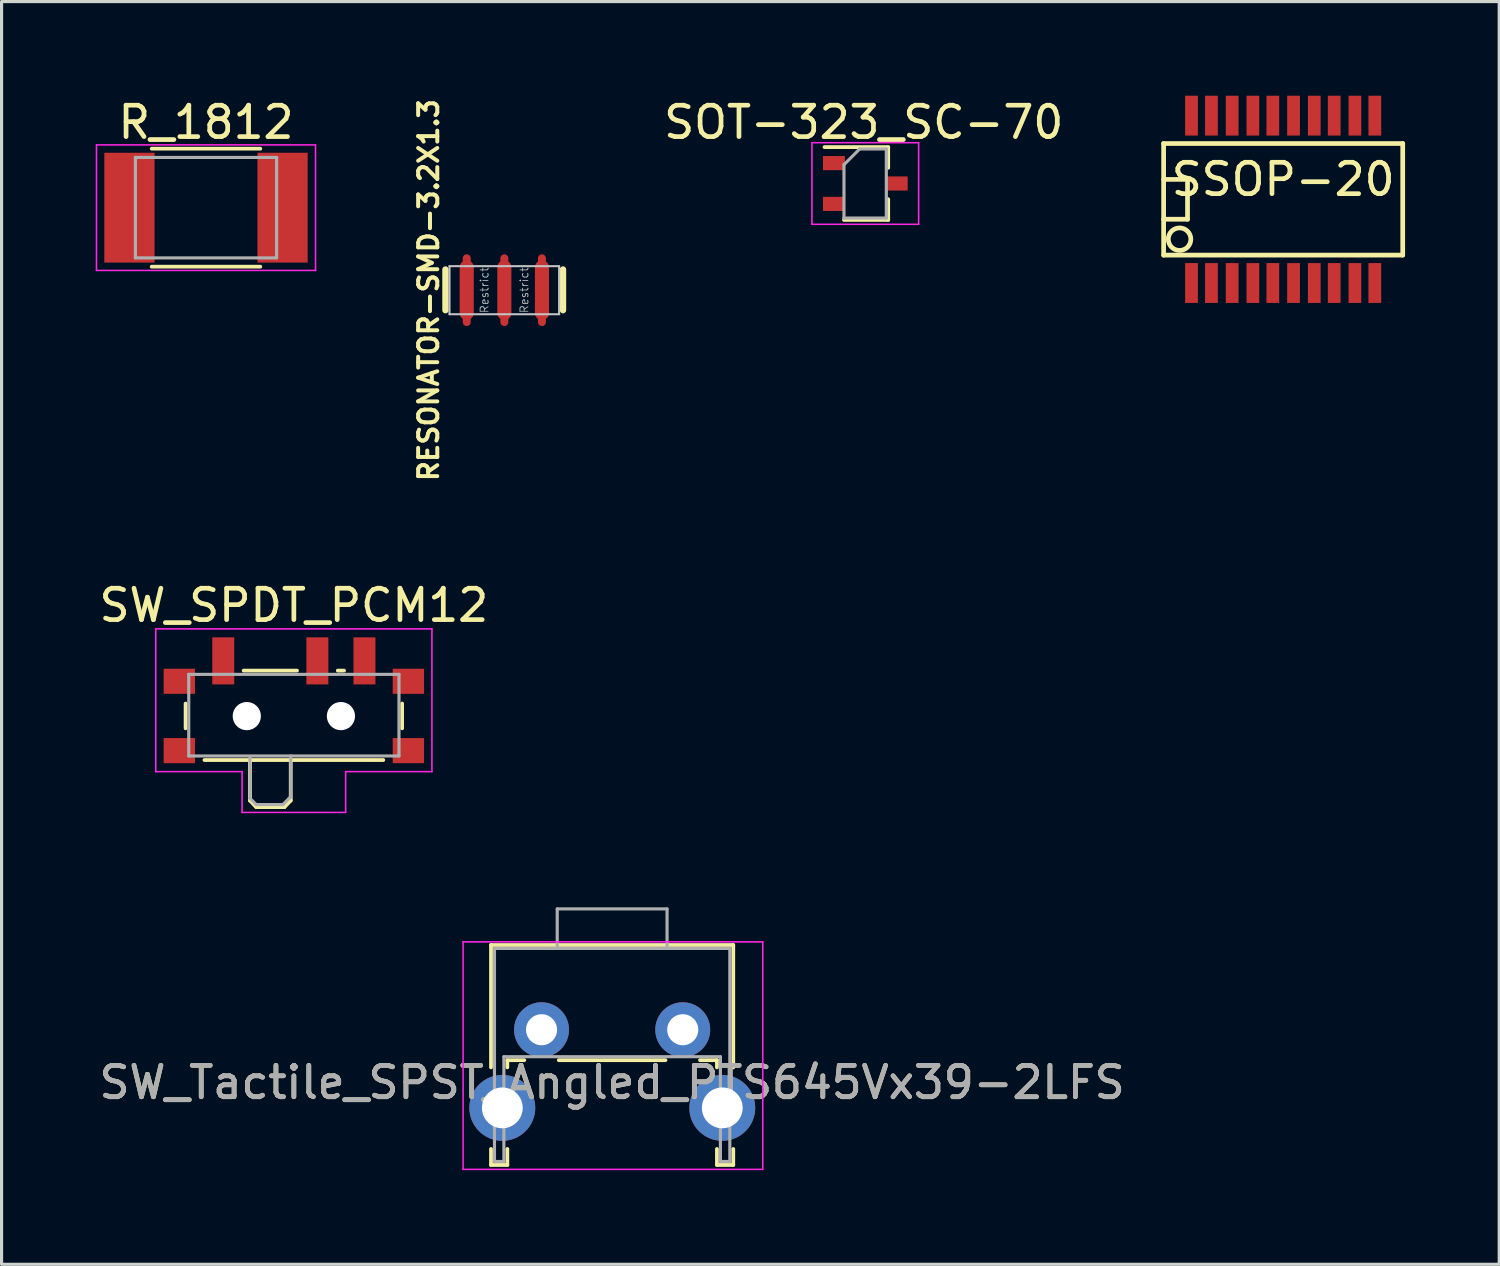
<source format=kicad_pcb>
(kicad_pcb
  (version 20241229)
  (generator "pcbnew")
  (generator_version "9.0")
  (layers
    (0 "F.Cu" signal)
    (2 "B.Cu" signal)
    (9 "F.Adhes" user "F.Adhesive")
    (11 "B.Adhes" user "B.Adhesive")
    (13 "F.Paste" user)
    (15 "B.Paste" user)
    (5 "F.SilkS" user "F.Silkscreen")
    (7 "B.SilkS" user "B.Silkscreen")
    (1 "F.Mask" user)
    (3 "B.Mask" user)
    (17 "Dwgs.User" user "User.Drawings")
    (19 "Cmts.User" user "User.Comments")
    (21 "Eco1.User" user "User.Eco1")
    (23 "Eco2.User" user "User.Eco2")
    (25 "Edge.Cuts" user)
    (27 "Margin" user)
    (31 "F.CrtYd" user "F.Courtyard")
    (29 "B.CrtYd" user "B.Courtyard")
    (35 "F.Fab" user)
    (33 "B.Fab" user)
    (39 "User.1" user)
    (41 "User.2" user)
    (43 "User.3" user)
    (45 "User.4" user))
  (footprint "SSOP-20"
    (layer "F.Cu")
    (at 37.843 3.302)
    (property "Reference" "SSOP-20" (at 0 -0.635 0) (layer "F.SilkS") (effects (font (size 1 1) (thickness 0.15))))
    (attr smd)
    (fp_line (start -3.81 -0.635) (end -3.048 -0.635) (stroke (width 0.15) (type solid)) (layer "F.SilkS"))
    (fp_line (start -3.81 1.778) (end -3.81 -1.778) (stroke (width 0.15) (type solid)) (layer "F.SilkS"))
    (fp_line (start -3.81 1.778) (end 3.81 1.778) (stroke (width 0.15) (type solid)) (layer "F.SilkS"))
    (fp_line (start -3.048 -0.635) (end -3.048 0.635) (stroke (width 0.15) (type solid)) (layer "F.SilkS"))
    (fp_line (start -3.048 0.635) (end -3.81 0.635) (stroke (width 0.15) (type solid)) (layer "F.SilkS"))
    (fp_line (start 3.81 -1.778) (end -3.81 -1.778) (stroke (width 0.15) (type solid)) (layer "F.SilkS"))
    (fp_line (start 3.81 -1.778) (end 3.81 1.778) (stroke (width 0.15) (type solid)) (layer "F.SilkS"))
    (fp_circle (center -3.302 1.27) (end -3.556 1.016) (stroke (width 0.15) (type solid)) (fill no) (layer "F.SilkS"))
    (pad "1" smd rect (at -2.921 2.667) (size 0.406 1.27) (layers "F.Cu" "F.Mask" "F.Paste"))
    (pad "2" smd rect (at -2.286 2.667) (size 0.406 1.27) (layers "F.Cu" "F.Mask" "F.Paste"))
    (pad "3" smd rect (at -1.626 2.667) (size 0.406 1.27) (layers "F.Cu" "F.Mask" "F.Paste"))
    (pad "4" smd rect (at -0.965 2.667) (size 0.406 1.27) (layers "F.Cu" "F.Mask" "F.Paste"))
    (pad "5" smd rect (at -0.33 2.667) (size 0.406 1.27) (layers "F.Cu" "F.Mask" "F.Paste"))
    (pad "6" smd rect (at 0.33 2.667) (size 0.406 1.27) (layers "F.Cu" "F.Mask" "F.Paste"))
    (pad "7" smd rect (at 0.991 2.667) (size 0.406 1.27) (layers "F.Cu" "F.Mask" "F.Paste"))
    (pad "8" smd rect (at 1.626 2.667) (size 0.406 1.27) (layers "F.Cu" "F.Mask" "F.Paste"))
    (pad "9" smd rect (at 2.286 2.667) (size 0.406 1.27) (layers "F.Cu" "F.Mask" "F.Paste"))
    (pad "10" smd rect (at 2.921 2.667) (size 0.406 1.27) (layers "F.Cu" "F.Mask" "F.Paste"))
    (pad "11" smd rect (at 2.921 -2.667) (size 0.406 1.27) (layers "F.Cu" "F.Mask" "F.Paste"))
    (pad "12" smd rect (at 2.286 -2.667) (size 0.406 1.27) (layers "F.Cu" "F.Mask" "F.Paste"))
    (pad "13" smd rect (at 1.626 -2.667) (size 0.406 1.27) (layers "F.Cu" "F.Mask" "F.Paste"))
    (pad "14" smd rect (at 0.991 -2.667) (size 0.406 1.27) (layers "F.Cu" "F.Mask" "F.Paste"))
    (pad "15" smd rect (at 0.33 -2.667) (size 0.406 1.27) (layers "F.Cu" "F.Mask" "F.Paste"))
    (pad "16" smd rect (at -0.33 -2.667) (size 0.406 1.27) (layers "F.Cu" "F.Mask" "F.Paste"))
    (pad "17" smd rect (at -0.965 -2.667) (size 0.406 1.27) (layers "F.Cu" "F.Mask" "F.Paste"))
    (pad "18" smd rect (at -1.626 -2.667) (size 0.406 1.27) (layers "F.Cu" "F.Mask" "F.Paste"))
    (pad "19" smd rect (at -2.286 -2.667) (size 0.406 1.27) (layers "F.Cu" "F.Mask" "F.Paste"))
    (pad "20" smd rect (at -2.921 -2.667) (size 0.406 1.27) (layers "F.Cu" "F.Mask" "F.Paste")))
  (footprint "R_1812"
    (layer "F.Cu")
    (at 3.515 3.568)
    (property "Reference" "R_1812" (at 0 -2.72 0) (layer "F.SilkS") (effects (font (size 1 1) (thickness 0.15))))
    (attr smd)
    (fp_line (start -1.73 -1.88) (end 1.73 -1.88) (stroke (width 0.12) (type solid)) (layer "F.SilkS"))
    (fp_line (start -1.73 1.88) (end 1.73 1.88) (stroke (width 0.12) (type solid)) (layer "F.SilkS"))
    (fp_line (start -3.49 -2) (end -3.49 2) (stroke (width 0.05) (type solid)) (layer "F.CrtYd"))
    (fp_line (start -3.49 -2) (end 3.49 -2) (stroke (width 0.05) (type solid)) (layer "F.CrtYd"))
    (fp_line (start 3.49 2) (end -3.49 2) (stroke (width 0.05) (type solid)) (layer "F.CrtYd"))
    (fp_line (start 3.49 2) (end 3.49 -2) (stroke (width 0.05) (type solid)) (layer "F.CrtYd"))
    (fp_line (start -2.25 -1.6) (end 2.25 -1.6) (stroke (width 0.1) (type solid)) (layer "F.Fab"))
    (fp_line (start -2.25 1.6) (end -2.25 -1.6) (stroke (width 0.1) (type solid)) (layer "F.Fab"))
    (fp_line (start 2.25 -1.6) (end 2.25 1.6) (stroke (width 0.1) (type solid)) (layer "F.Fab"))
    (fp_line (start 2.25 1.6) (end -2.25 1.6) (stroke (width 0.1) (type solid)) (layer "F.Fab"))
    (pad "1" smd rect (at -2.44 0) (size 1.6 3.5) (layers "F.Cu" "F.Mask" "F.Paste"))
    (pad "2" smd rect (at 2.44 0) (size 1.6 3.5) (layers "F.Cu" "F.Mask" "F.Paste")))
  (footprint "SW_Tactile_SPST_Angled_PTS645Vx39-2LFS"
    (layer "F.Cu")
    (at 14.208 29.766)
    (property "Reference" "SW_Tactile_SPST_Angled_PTS645Vx39-2LFS" (at 2.25 1.68 0) (layer "F.SilkS") (effects (font (size 1 1) (thickness 0.15))))
    (attr through_hole)
    (fp_line (start -1.61 -2.7) (end -1.61 1.2) (stroke (width 0.12) (type solid)) (layer "F.SilkS"))
    (fp_line (start -1.61 -2.7) (end 6.11 -2.7) (stroke (width 0.12) (type solid)) (layer "F.SilkS"))
    (fp_line (start -1.61 3.8) (end -1.61 4.31) (stroke (width 0.12) (type solid)) (layer "F.SilkS"))
    (fp_line (start -1.61 4.31) (end -1.09 4.31) (stroke (width 0.12) (type solid)) (layer "F.SilkS"))
    (fp_line (start -1.09 0.97) (end -1.09 1.2) (stroke (width 0.12) (type solid)) (layer "F.SilkS"))
    (fp_line (start -1.09 0.97) (end -0.55 0.97) (stroke (width 0.12) (type solid)) (layer "F.SilkS"))
    (fp_line (start -1.09 3.8) (end -1.09 4.31) (stroke (width 0.12) (type solid)) (layer "F.SilkS"))
    (fp_line (start 0.55 0.97) (end 3.95 0.97) (stroke (width 0.12) (type solid)) (layer "F.SilkS"))
    (fp_line (start 5.05 0.97) (end 5.59 0.97) (stroke (width 0.12) (type solid)) (layer "F.SilkS"))
    (fp_line (start 5.59 0.97) (end 5.59 1.2) (stroke (width 0.12) (type solid)) (layer "F.SilkS"))
    (fp_line (start 5.59 3.8) (end 5.59 4.31) (stroke (width 0.12) (type solid)) (layer "F.SilkS"))
    (fp_line (start 5.59 4.31) (end 6.11 4.31) (stroke (width 0.12) (type solid)) (layer "F.SilkS"))
    (fp_line (start 6.11 -2.7) (end 6.11 1.2) (stroke (width 0.12) (type solid)) (layer "F.SilkS"))
    (fp_line (start 6.11 3.8) (end 6.11 4.31) (stroke (width 0.12) (type solid)) (layer "F.SilkS"))
    (fp_line (start -2.5 -2.8) (end 7.05 -2.8) (stroke (width 0.05) (type solid)) (layer "F.CrtYd"))
    (fp_line (start -2.5 4.45) (end -2.5 -2.8) (stroke (width 0.05) (type solid)) (layer "F.CrtYd"))
    (fp_line (start 7.05 -2.8) (end 7.05 4.45) (stroke (width 0.05) (type solid)) (layer "F.CrtYd"))
    (fp_line (start 7.05 4.45) (end -2.5 4.45) (stroke (width 0.05) (type solid)) (layer "F.CrtYd"))
    (fp_line (start -1.5 -2.59) (end 6 -2.59) (stroke (width 0.1) (type solid)) (layer "F.Fab"))
    (fp_line (start -1.5 4.2) (end -1.5 -2.59) (stroke (width 0.1) (type solid)) (layer "F.Fab"))
    (fp_line (start -1.5 4.2) (end -1.2 4.2) (stroke (width 0.1) (type solid)) (layer "F.Fab"))
    (fp_line (start -1.2 0.86) (end 5.7 0.86) (stroke (width 0.1) (type solid)) (layer "F.Fab"))
    (fp_line (start -1.2 4.2) (end -1.2 0.86) (stroke (width 0.1) (type solid)) (layer "F.Fab"))
    (fp_line (start 0.5 -3.85) (end 0.5 -2.59) (stroke (width 0.1) (type solid)) (layer "F.Fab"))
    (fp_line (start 0.5 -3.85) (end 4 -3.85) (stroke (width 0.1) (type solid)) (layer "F.Fab"))
    (fp_line (start 4 -3.85) (end 4 -2.59) (stroke (width 0.1) (type solid)) (layer "F.Fab"))
    (fp_line (start 5.7 4.2) (end 5.7 0.86) (stroke (width 0.1) (type solid)) (layer "F.Fab"))
    (fp_line (start 5.7 4.2) (end 6 4.2) (stroke (width 0.1) (type solid)) (layer "F.Fab"))
    (fp_line (start 6 4.2) (end 6 -2.59) (stroke (width 0.1) (type solid)) (layer "F.Fab"))
    (fp_text user "${REFERENCE}" (at 2.25 1.68 0) (layer "F.Fab") (effects (font (size 1 1) (thickness 0.15))))
    (pad "" thru_hole circle (at -1.25 2.49) (size 2.1 2.1) (drill 1.3) (layers "*.Cu" "*.Mask"))
    (pad "" thru_hole circle (at 5.76 2.49) (size 2.1 2.1) (drill 1.3) (layers "*.Cu" "*.Mask"))
    (pad "1" thru_hole circle (at 0 0) (size 1.75 1.75) (drill 0.99) (layers "*.Cu" "*.Mask"))
    (pad "2" thru_hole circle (at 4.5 0) (size 1.75 1.75) (drill 0.99) (layers "*.Cu" "*.Mask")))
  (footprint "SOT-323_SC-70"
    (layer "F.Cu")
    (at 24.526 2.798)
    (property "Reference" "SOT-323_SC-70" (at -0.05 -1.95 0) (layer "F.SilkS") (effects (font (size 1 1) (thickness 0.15))))
    (attr smd)
    (fp_line (start -0.68 1.16) (end 0.73 1.16) (stroke (width 0.12) (type solid)) (layer "F.SilkS"))
    (fp_line (start 0.73 -1.16) (end -1.3 -1.16) (stroke (width 0.12) (type solid)) (layer "F.SilkS"))
    (fp_line (start 0.73 -1.16) (end 0.73 -0.5) (stroke (width 0.12) (type solid)) (layer "F.SilkS"))
    (fp_line (start 0.73 0.5) (end 0.73 1.16) (stroke (width 0.12) (type solid)) (layer "F.SilkS"))
    (fp_line (start -1.7 -1.3) (end 1.7 -1.3) (stroke (width 0.05) (type solid)) (layer "F.CrtYd"))
    (fp_line (start -1.7 1.3) (end -1.7 -1.3) (stroke (width 0.05) (type solid)) (layer "F.CrtYd"))
    (fp_line (start 1.7 -1.3) (end 1.7 1.3) (stroke (width 0.05) (type solid)) (layer "F.CrtYd"))
    (fp_line (start 1.7 1.3) (end -1.7 1.3) (stroke (width 0.05) (type solid)) (layer "F.CrtYd"))
    (fp_line (start -0.68 -0.6) (end -0.68 1.1) (stroke (width 0.1) (type solid)) (layer "F.Fab"))
    (fp_line (start -0.18 -1.1) (end -0.68 -0.6) (stroke (width 0.1) (type solid)) (layer "F.Fab"))
    (fp_line (start 0.67 -1.1) (end -0.18 -1.1) (stroke (width 0.1) (type solid)) (layer "F.Fab"))
    (fp_line (start 0.67 -1.1) (end 0.67 1.1) (stroke (width 0.1) (type solid)) (layer "F.Fab"))
    (fp_line (start 0.67 1.1) (end -0.68 1.1) (stroke (width 0.1) (type solid)) (layer "F.Fab"))
    (pad "1" smd rect (at -1 -0.65 270) (size 0.45 0.7) (layers "F.Cu" "F.Mask" "F.Paste"))
    (pad "2" smd rect (at -1 0.65 270) (size 0.45 0.7) (layers "F.Cu" "F.Mask" "F.Paste"))
    (pad "3" smd rect (at 1 0 270) (size 0.45 0.7) (layers "F.Cu" "F.Mask" "F.Paste")))
  (footprint "RESONATOR-SMD-3.2X1.3"
    (layer "F.Cu")
    (at 13.023 6.197)
    (property "Reference" "RESONATOR-SMD-3.2X1.3" (at -2.413 0 90) (layer "F.SilkS") (effects (font (size 0.61 0.61) (thickness 0.127))))
    (attr smd)
    (fp_line (start -1.199 0) (end -1.199 -1.016) (stroke (width 0.254) (type solid)) (layer "F.Cu"))
    (fp_line (start -1.199 1.016) (end -1.199 0) (stroke (width 0.254) (type solid)) (layer "F.Cu"))
    (fp_line (start 0 0) (end 0 -1.016) (stroke (width 0.254) (type solid)) (layer "F.Cu"))
    (fp_line (start 0 0) (end 0 1.016) (stroke (width 0.254) (type solid)) (layer "F.Cu"))
    (fp_line (start 1.199 0) (end 1.199 -1.016) (stroke (width 0.254) (type solid)) (layer "F.Cu"))
    (fp_line (start 1.199 0) (end 1.199 1.016) (stroke (width 0.254) (type solid)) (layer "F.Cu"))
    (fp_line (start -1.877 0.638) (end -1.877 -0.658) (stroke (width 0.203) (type solid)) (layer "F.SilkS"))
    (fp_line (start 1.869 -0.658) (end 1.869 0.638) (stroke (width 0.203) (type solid)) (layer "F.SilkS"))
    (fp_line (start -1.748 -0.765) (end 1.745 -0.765) (stroke (width 0.066) (type solid)) (layer "Dwgs.User"))
    (fp_line (start -1.748 0.767) (end -1.748 -0.765) (stroke (width 0.066) (type solid)) (layer "Dwgs.User"))
    (fp_line (start -1.748 0.767) (end 1.745 0.767) (stroke (width 0.066) (type solid)) (layer "Dwgs.User"))
    (fp_line (start 1.745 0.767) (end 1.745 -0.765) (stroke (width 0.066) (type solid)) (layer "Dwgs.User"))
    (fp_text user "Restrict" (at 0.635 0 90) (layer "Dwgs.User") (effects (font (size 0.254 0.254) (thickness 0.025))))
    (fp_text user "Restrict" (at -0.635 0 90) (layer "Dwgs.User") (effects (font (size 0.254 0.254) (thickness 0.025))))
    (pad "1" smd oval (at -1.199 0) (size 0.45 1.905) (layers "F.Cu" "F.Mask" "F.Paste"))
    (pad "2" smd oval (at 0 0) (size 0.45 1.905) (layers "F.Cu" "F.Mask" "F.Paste"))
    (pad "3" smd oval (at 1.199 0) (size 0.45 1.905) (layers "F.Cu" "F.Mask" "F.Paste")))
  (footprint "SW_SPDT_PCM12"
    (layer "F.Cu")
    (at 6.315 19.441)
    (property "Reference" "SW_SPDT_PCM12" (at 0 -3.2 0) (layer "F.SilkS") (effects (font (size 1 1) (thickness 0.15))))
    (attr smd)
    (fp_line (start -3.45 -0.07) (end -3.45 0.72) (stroke (width 0.12) (type solid)) (layer "F.SilkS"))
    (fp_line (start -2.85 1.73) (end 2.85 1.73) (stroke (width 0.12) (type solid)) (layer "F.SilkS"))
    (fp_line (start -1.6 -1.12) (end 0.1 -1.12) (stroke (width 0.12) (type solid)) (layer "F.SilkS"))
    (fp_line (start -1.4 1.73) (end -1.4 3.02) (stroke (width 0.12) (type solid)) (layer "F.SilkS"))
    (fp_line (start -1.4 3.02) (end -1.2 3.23) (stroke (width 0.12) (type solid)) (layer "F.SilkS"))
    (fp_line (start -1.2 3.23) (end -0.3 3.23) (stroke (width 0.12) (type solid)) (layer "F.SilkS"))
    (fp_line (start -0.1 3.02) (end -0.3 3.23) (stroke (width 0.12) (type solid)) (layer "F.SilkS"))
    (fp_line (start -0.1 3.02) (end -0.1 1.73) (stroke (width 0.12) (type solid)) (layer "F.SilkS"))
    (fp_line (start 1.4 -1.12) (end 1.6 -1.12) (stroke (width 0.12) (type solid)) (layer "F.SilkS"))
    (fp_line (start 3.45 0.72) (end 3.45 -0.07) (stroke (width 0.12) (type solid)) (layer "F.SilkS"))
    (fp_line (start -4.4 -2.45) (end 4.4 -2.45) (stroke (width 0.05) (type solid)) (layer "F.CrtYd"))
    (fp_line (start -4.4 2.1) (end -4.4 -2.45) (stroke (width 0.05) (type solid)) (layer "F.CrtYd"))
    (fp_line (start -1.65 2.1) (end -4.4 2.1) (stroke (width 0.05) (type solid)) (layer "F.CrtYd"))
    (fp_line (start -1.65 3.4) (end -1.65 2.1) (stroke (width 0.05) (type solid)) (layer "F.CrtYd"))
    (fp_line (start 1.65 2.1) (end 1.65 3.4) (stroke (width 0.05) (type solid)) (layer "F.CrtYd"))
    (fp_line (start 1.65 3.4) (end -1.65 3.4) (stroke (width 0.05) (type solid)) (layer "F.CrtYd"))
    (fp_line (start 4.4 -2.45) (end 4.4 2.1) (stroke (width 0.05) (type solid)) (layer "F.CrtYd"))
    (fp_line (start 4.4 2.1) (end 1.65 2.1) (stroke (width 0.05) (type solid)) (layer "F.CrtYd"))
    (fp_line (start -3.35 -1) (end -3.35 1.6) (stroke (width 0.1) (type solid)) (layer "F.Fab"))
    (fp_line (start -3.35 1.6) (end 3.35 1.6) (stroke (width 0.1) (type solid)) (layer "F.Fab"))
    (fp_line (start -1.4 1.65) (end -1.4 2.95) (stroke (width 0.1) (type solid)) (layer "F.Fab"))
    (fp_line (start -1.4 2.95) (end -1.2 3.15) (stroke (width 0.1) (type solid)) (layer "F.Fab"))
    (fp_line (start -1.2 3.15) (end -0.35 3.15) (stroke (width 0.1) (type solid)) (layer "F.Fab"))
    (fp_line (start -0.35 3.15) (end -0.15 2.95) (stroke (width 0.1) (type solid)) (layer "F.Fab"))
    (fp_line (start -0.15 2.95) (end -0.1 2.9) (stroke (width 0.1) (type solid)) (layer "F.Fab"))
    (fp_line (start -0.1 2.9) (end -0.1 1.6) (stroke (width 0.1) (type solid)) (layer "F.Fab"))
    (fp_line (start 3.35 -1) (end -3.35 -1) (stroke (width 0.1) (type solid)) (layer "F.Fab"))
    (fp_line (start 3.35 1.6) (end 3.35 -1) (stroke (width 0.1) (type solid)) (layer "F.Fab"))
    (pad "" smd rect (at -3.65 -0.78) (size 1 0.8) (layers "F.Cu" "F.Mask" "F.Paste"))
    (pad "" smd rect (at -3.65 1.43) (size 1 0.8) (layers "F.Cu" "F.Mask" "F.Paste"))
    (pad "" np_thru_hole circle (at -1.5 0.33) (size 0.9 0.9) (drill 0.9) (layers "*.Cu" "*.Mask"))
    (pad "" np_thru_hole circle (at 1.5 0.33) (size 0.9 0.9) (drill 0.9) (layers "*.Cu" "*.Mask"))
    (pad "" smd rect (at 3.65 -0.78) (size 1 0.8) (layers "F.Cu" "F.Mask" "F.Paste"))
    (pad "" smd rect (at 3.65 1.43) (size 1 0.8) (layers "F.Cu" "F.Mask" "F.Paste"))
    (pad "1" smd rect (at -2.25 -1.43) (size 0.7 1.5) (layers "F.Cu" "F.Mask" "F.Paste"))
    (pad "2" smd rect (at 0.75 -1.43) (size 0.7 1.5) (layers "F.Cu" "F.Mask" "F.Paste"))
    (pad "3" smd rect (at 2.25 -1.43) (size 0.7 1.5) (layers "F.Cu" "F.Mask" "F.Paste")))
  (gr_rect
    (start -3 -3)
    (end 44.728 37.241)
    (stroke (width 0.1) (type default))
    (fill no)
    (layer "Edge.Cuts")))
</source>
